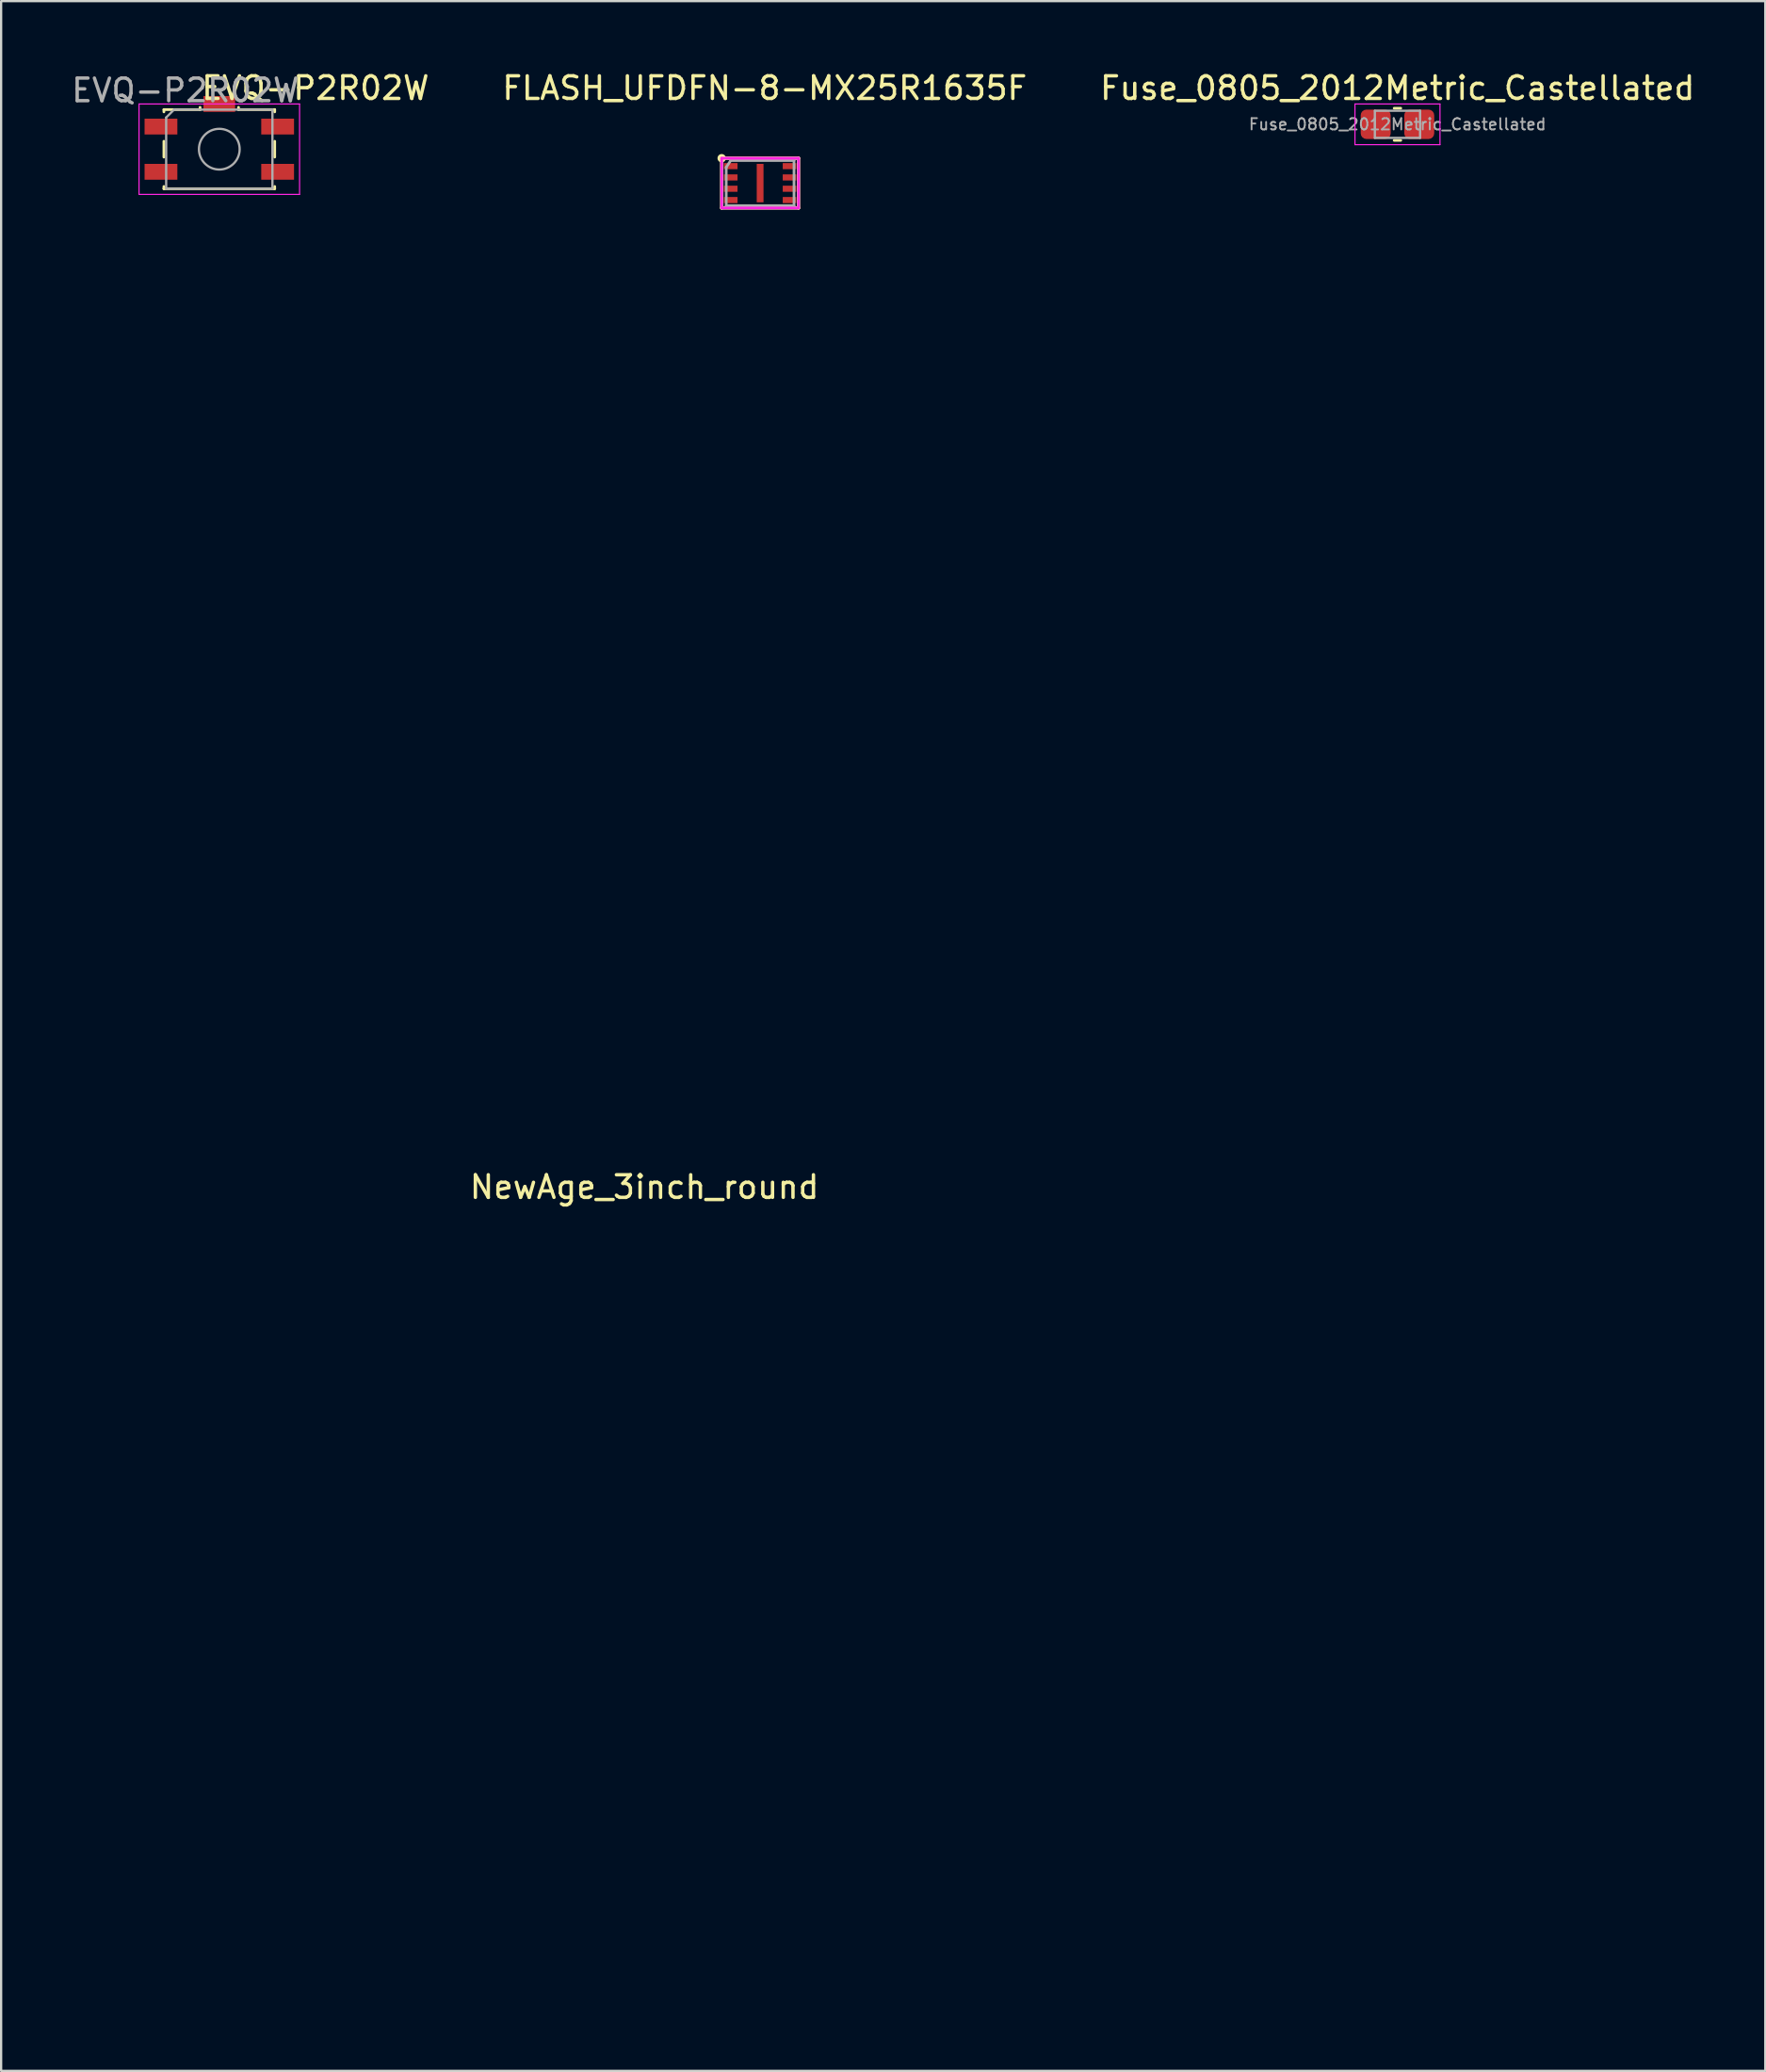
<source format=kicad_pcb>
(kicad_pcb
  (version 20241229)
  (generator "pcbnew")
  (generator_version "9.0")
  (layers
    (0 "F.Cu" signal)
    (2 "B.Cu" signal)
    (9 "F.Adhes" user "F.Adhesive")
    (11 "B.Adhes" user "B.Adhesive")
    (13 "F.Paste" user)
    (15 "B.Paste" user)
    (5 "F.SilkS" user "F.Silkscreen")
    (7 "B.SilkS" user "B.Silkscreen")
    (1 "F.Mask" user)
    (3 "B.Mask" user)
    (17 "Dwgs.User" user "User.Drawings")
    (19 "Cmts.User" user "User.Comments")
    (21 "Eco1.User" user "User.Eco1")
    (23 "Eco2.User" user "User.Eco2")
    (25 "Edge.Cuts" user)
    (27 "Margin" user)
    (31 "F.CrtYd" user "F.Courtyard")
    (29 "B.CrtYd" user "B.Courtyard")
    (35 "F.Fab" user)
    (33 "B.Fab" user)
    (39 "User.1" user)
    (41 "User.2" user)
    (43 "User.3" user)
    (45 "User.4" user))
  (footprint "EVQ-P2R02W"
    (layer "F.Cu")
    (at 6.649 3.548)
    (property "Reference" "EVQ-P2R02W" (at 4.25 -2.7 0) (layer "F.SilkS") (effects (font (size 1 1) (thickness 0.15))))
    (attr smd)
    (fp_line (start -2.45 -1.75) (end -2.45 -1.65) (stroke (width 0.12) (type solid)) (layer "F.SilkS"))
    (fp_line (start -2.45 -0.35) (end -2.45 0.35) (stroke (width 0.12) (type solid)) (layer "F.SilkS"))
    (fp_line (start -2.45 1.65) (end -2.45 1.75) (stroke (width 0.12) (type solid)) (layer "F.SilkS"))
    (fp_line (start -2.45 1.75) (end 2.45 1.75) (stroke (width 0.12) (type solid)) (layer "F.SilkS"))
    (fp_line (start -0.85 -1.85) (end -0.85 -1.75) (stroke (width 0.12) (type solid)) (layer "F.SilkS"))
    (fp_line (start -0.85 -1.75) (end -2.45 -1.75) (stroke (width 0.12) (type solid)) (layer "F.SilkS"))
    (fp_line (start 0.85 -1.85) (end 0.85 -1.75) (stroke (width 0.12) (type solid)) (layer "F.SilkS"))
    (fp_line (start 2.45 -1.75) (end 0.85 -1.75) (stroke (width 0.12) (type solid)) (layer "F.SilkS"))
    (fp_line (start 2.45 -1.75) (end 2.45 -1.65) (stroke (width 0.12) (type solid)) (layer "F.SilkS"))
    (fp_line (start 2.45 -0.35) (end 2.45 0.35) (stroke (width 0.12) (type solid)) (layer "F.SilkS"))
    (fp_line (start 2.45 1.75) (end 2.45 1.65) (stroke (width 0.12) (type solid)) (layer "F.SilkS"))
    (fp_line (start -3.55 -2) (end 3.55 -2) (stroke (width 0.05) (type solid)) (layer "F.CrtYd"))
    (fp_line (start -3.55 2) (end -3.55 -2) (stroke (width 0.05) (type solid)) (layer "F.CrtYd"))
    (fp_line (start 3.55 -2) (end 3.55 2) (stroke (width 0.05) (type solid)) (layer "F.CrtYd"))
    (fp_line (start 3.55 2) (end -3.55 2) (stroke (width 0.05) (type solid)) (layer "F.CrtYd"))
    (fp_line (start -2.35 -1.4) (end -2 -1.75) (stroke (width 0.1) (type solid)) (layer "F.Fab"))
    (fp_line (start -2.35 1.75) (end -2.35 -1.4) (stroke (width 0.1) (type solid)) (layer "F.Fab"))
    (fp_line (start -2 -1.75) (end 2.35 -1.75) (stroke (width 0.1) (type solid)) (layer "F.Fab"))
    (fp_line (start 2.35 -1.75) (end 2.35 1.75) (stroke (width 0.1) (type solid)) (layer "F.Fab"))
    (fp_line (start 2.35 1.75) (end -2.35 1.75) (stroke (width 0.1) (type solid)) (layer "F.Fab"))
    (fp_circle (center 0 0) (end 0.9 0) (stroke (width 0.1) (type solid)) (fill no) (layer "F.Fab"))
    (fp_text user "${REFERENCE}" (at -1.5 -2.6 0) (layer "F.Fab") (effects (font (size 1 1) (thickness 0.15))))
    (pad "1" smd rect (at -2.58 -1) (size 1.45 0.7) (layers "F.Cu" "F.Mask" "F.Paste"))
    (pad "1" smd rect (at 2.58 -1) (size 1.45 0.7) (layers "F.Cu" "F.Mask" "F.Paste"))
    (pad "2" smd rect (at -2.58 1) (size 1.45 0.7) (layers "F.Cu" "F.Mask" "F.Paste"))
    (pad "2" smd rect (at 2.58 1) (size 1.45 0.7) (layers "F.Cu" "F.Mask" "F.Paste"))
    (pad "3" smd rect (at 0 -2) (size 1.4 0.7) (layers "F.Cu" "F.Mask" "F.Paste")))
  (footprint "NewAge_3inch_round"
    (layer "F.Cu")
    (at 25.46 47.383)
    (property "Reference" "NewAge_3inch_round" (at -0.01 2.07 0) (layer "F.SilkS") (effects (font (size 1 1) (thickness 0.15))))
    (attr through_hole)
    (fp_line (start -21.59 -15.367) (end 21.59 -15.367) (stroke (width 0.12) (type solid)) (layer "Eco1.User"))
    (fp_line (start -21.59 15.367) (end 21.59 15.367) (stroke (width 0.12) (type solid)) (layer "Eco1.User"))
    (fp_line (start -20.447 -33.833) (end 20.447 -33.833) (stroke (width 0.12) (type solid)) (layer "Eco1.User"))
    (fp_line (start -20.447 33.833) (end -20.447 -33.833) (stroke (width 0.12) (type solid)) (layer "Eco1.User"))
    (fp_line (start -20.447 33.833) (end 20.447 33.833) (stroke (width 0.12) (type solid)) (layer "Eco1.User"))
    (fp_line (start -19.939 -33.782) (end -19.939 33.782) (stroke (width 0.12) (type solid)) (layer "Eco1.User"))
    (fp_line (start -17.12 -24.46) (end -25.4 -24.46) (stroke (width 0.12) (type solid)) (layer "Eco1.User"))
    (fp_line (start -17.12 24.46) (end -25.146 24.46) (stroke (width 0.12) (type solid)) (layer "Eco1.User"))
    (fp_line (start -16.18 -33.782) (end -16.18 33.782) (stroke (width 0.12) (type solid)) (layer "Eco1.User"))
    (fp_line (start 0 -38.1) (end 0 38.1) (stroke (width 0.12) (type solid)) (layer "Eco1.User"))
    (fp_line (start 16.18 -33.807) (end 16.18 33.782) (stroke (width 0.12) (type solid)) (layer "Eco1.User"))
    (fp_line (start 17.12 -24.46) (end 25.392 -24.46) (stroke (width 0.12) (type solid)) (layer "Eco1.User"))
    (fp_line (start 17.12 24.46) (end 25.367 24.46) (stroke (width 0.12) (type solid)) (layer "Eco1.User"))
    (fp_line (start 19.939 -33.782) (end 19.939 33.782) (stroke (width 0.12) (type solid)) (layer "Eco1.User"))
    (fp_line (start 20.447 -33.833) (end 20.447 33.833) (stroke (width 0.12) (type solid)) (layer "Eco1.User"))
    (fp_line (start 25.4 0) (end -25.4 0) (stroke (width 0.12) (type solid)) (layer "Eco1.User"))
    (fp_circle (center -17.12 -24.46) (end -15.532 -24.46) (stroke (width 0.12) (type solid)) (fill no) (layer "Eco1.User"))
    (fp_circle (center -17.12 24.46) (end -15.532 24.46) (stroke (width 0.12) (type solid)) (fill no) (layer "Eco1.User"))
    (fp_circle (center 17.12 -24.46) (end 18.707 -24.46) (stroke (width 0.12) (type solid)) (fill no) (layer "Eco1.User"))
    (fp_circle (center 17.12 24.46) (end 18.707 24.46) (stroke (width 0.12) (type solid)) (fill no) (layer "Eco1.User")))
  (footprint "FLASH_UFDFN-8-MX25R1635F"
    (layer "F.Cu")
    (at 30.568 5.048)
    (property "Reference" "FLASH_UFDFN-8-MX25R1635F" (at 0.2 -4.2 0) (layer "F.SilkS") (effects (font (size 1 1) (thickness 0.15))))
    (attr through_hole)
    (fp_line (start -1.712 -1.1) (end 1.7 -1.1) (stroke (width 0.15) (type solid)) (layer "F.SilkS"))
    (fp_line (start -1.7 -1.1) (end -1.7 1.1) (stroke (width 0.15) (type solid)) (layer "F.SilkS"))
    (fp_line (start -1.7 1.1) (end 1.7 1.1) (stroke (width 0.15) (type solid)) (layer "F.SilkS"))
    (fp_line (start 1.7 -1.1) (end 1.7 1.1) (stroke (width 0.15) (type solid)) (layer "F.SilkS"))
    (fp_circle (center -1.7 -1.1) (end -1.8 -1.15) (stroke (width 0.15) (type solid)) (fill no) (layer "F.SilkS"))
    (fp_line (start -1.7 -1.1) (end 1.7 -1.1) (stroke (width 0.12) (type solid)) (layer "F.CrtYd"))
    (fp_line (start -1.7 1.1) (end -1.7 -1.1) (stroke (width 0.12) (type solid)) (layer "F.CrtYd"))
    (fp_line (start 1.7 -1.1) (end 1.7 1.1) (stroke (width 0.12) (type solid)) (layer "F.CrtYd"))
    (fp_line (start 1.7 1.1) (end -1.7 1.1) (stroke (width 0.12) (type solid)) (layer "F.CrtYd"))
    (fp_line (start -1.5 -0.7) (end -1.5 1) (stroke (width 0.12) (type solid)) (layer "F.Fab"))
    (fp_line (start -1.5 -0.7) (end -1.3 -1) (stroke (width 0.12) (type solid)) (layer "F.Fab"))
    (fp_line (start -1.5 1) (end 1.5 1) (stroke (width 0.12) (type solid)) (layer "F.Fab"))
    (fp_line (start 1.5 -1) (end -1.3 -1) (stroke (width 0.12) (type solid)) (layer "F.Fab"))
    (fp_line (start 1.5 1) (end 1.5 -1) (stroke (width 0.12) (type solid)) (layer "F.Fab"))
    (pad "1" smd rect (at -1.3 -0.75) (size 0.6 0.27) (layers "F.Cu" "F.Mask" "F.Paste"))
    (pad "2" smd rect (at -1.3 -0.25) (size 0.6 0.27) (layers "F.Cu" "F.Mask" "F.Paste"))
    (pad "3" smd rect (at -1.3 0.25) (size 0.6 0.27) (layers "F.Cu" "F.Mask" "F.Paste"))
    (pad "4" smd rect (at -1.3 0.75) (size 0.6 0.27) (layers "F.Cu" "F.Mask" "F.Paste"))
    (pad "5" smd rect (at 1.3 0.75) (size 0.6 0.27) (layers "F.Cu" "F.Mask" "F.Paste"))
    (pad "6" smd rect (at 1.3 0.25) (size 0.6 0.27) (layers "F.Cu" "F.Mask" "F.Paste"))
    (pad "7" smd rect (at 1.3 -0.25) (size 0.6 0.27) (layers "F.Cu" "F.Mask" "F.Paste"))
    (pad "8" smd rect (at 1.3 -0.75) (size 0.6 0.27) (layers "F.Cu" "F.Mask" "F.Paste"))
    (pad "9" smd rect (at 0 0) (size 0.3 1.7) (layers "F.Cu" "F.Mask" "F.Paste")))
  (footprint "Fuse_0805_2012Metric_Castellated"
    (layer "F.Cu")
    (at 58.756 2.448)
    (property "Reference" "Fuse_0805_2012Metric_Castellated" (at 0 -1.6 0) (layer "F.SilkS") (effects (font (size 1 1) (thickness 0.15))))
    (attr smd)
    (fp_line (start -0.145 -0.71) (end 0.145 -0.71) (stroke (width 0.12) (type solid)) (layer "F.SilkS"))
    (fp_line (start -0.145 0.71) (end 0.145 0.71) (stroke (width 0.12) (type solid)) (layer "F.SilkS"))
    (fp_line (start -1.88 -0.9) (end 1.88 -0.9) (stroke (width 0.05) (type solid)) (layer "F.CrtYd"))
    (fp_line (start -1.88 0.9) (end -1.88 -0.9) (stroke (width 0.05) (type solid)) (layer "F.CrtYd"))
    (fp_line (start 1.88 -0.9) (end 1.88 0.9) (stroke (width 0.05) (type solid)) (layer "F.CrtYd"))
    (fp_line (start 1.88 0.9) (end -1.88 0.9) (stroke (width 0.05) (type solid)) (layer "F.CrtYd"))
    (fp_line (start -1 -0.6) (end 1 -0.6) (stroke (width 0.1) (type solid)) (layer "F.Fab"))
    (fp_line (start -1 0.6) (end -1 -0.6) (stroke (width 0.1) (type solid)) (layer "F.Fab"))
    (fp_line (start 1 -0.6) (end 1 0.6) (stroke (width 0.1) (type solid)) (layer "F.Fab"))
    (fp_line (start 1 0.6) (end -1 0.6) (stroke (width 0.1) (type solid)) (layer "F.Fab"))
    (fp_text user "${REFERENCE}" (at 0 0 0) (layer "F.Fab") (effects (font (size 0.5 0.5) (thickness 0.08))))
    (pad "1" smd roundrect (at -0.963 0) (size 1.325 1.3) (layers "F.Cu" "F.Mask" "F.Paste") (roundrect_rratio 0.192))
    (pad "2" smd roundrect (at 0.963 0) (size 1.325 1.3) (layers "F.Cu" "F.Mask" "F.Paste") (roundrect_rratio 0.192)))
  (gr_rect
    (start -3 -3)
    (end 75.024 88.543)
    (stroke (width 0.1) (type default))
    (fill no)
    (layer "Edge.Cuts")))
</source>
